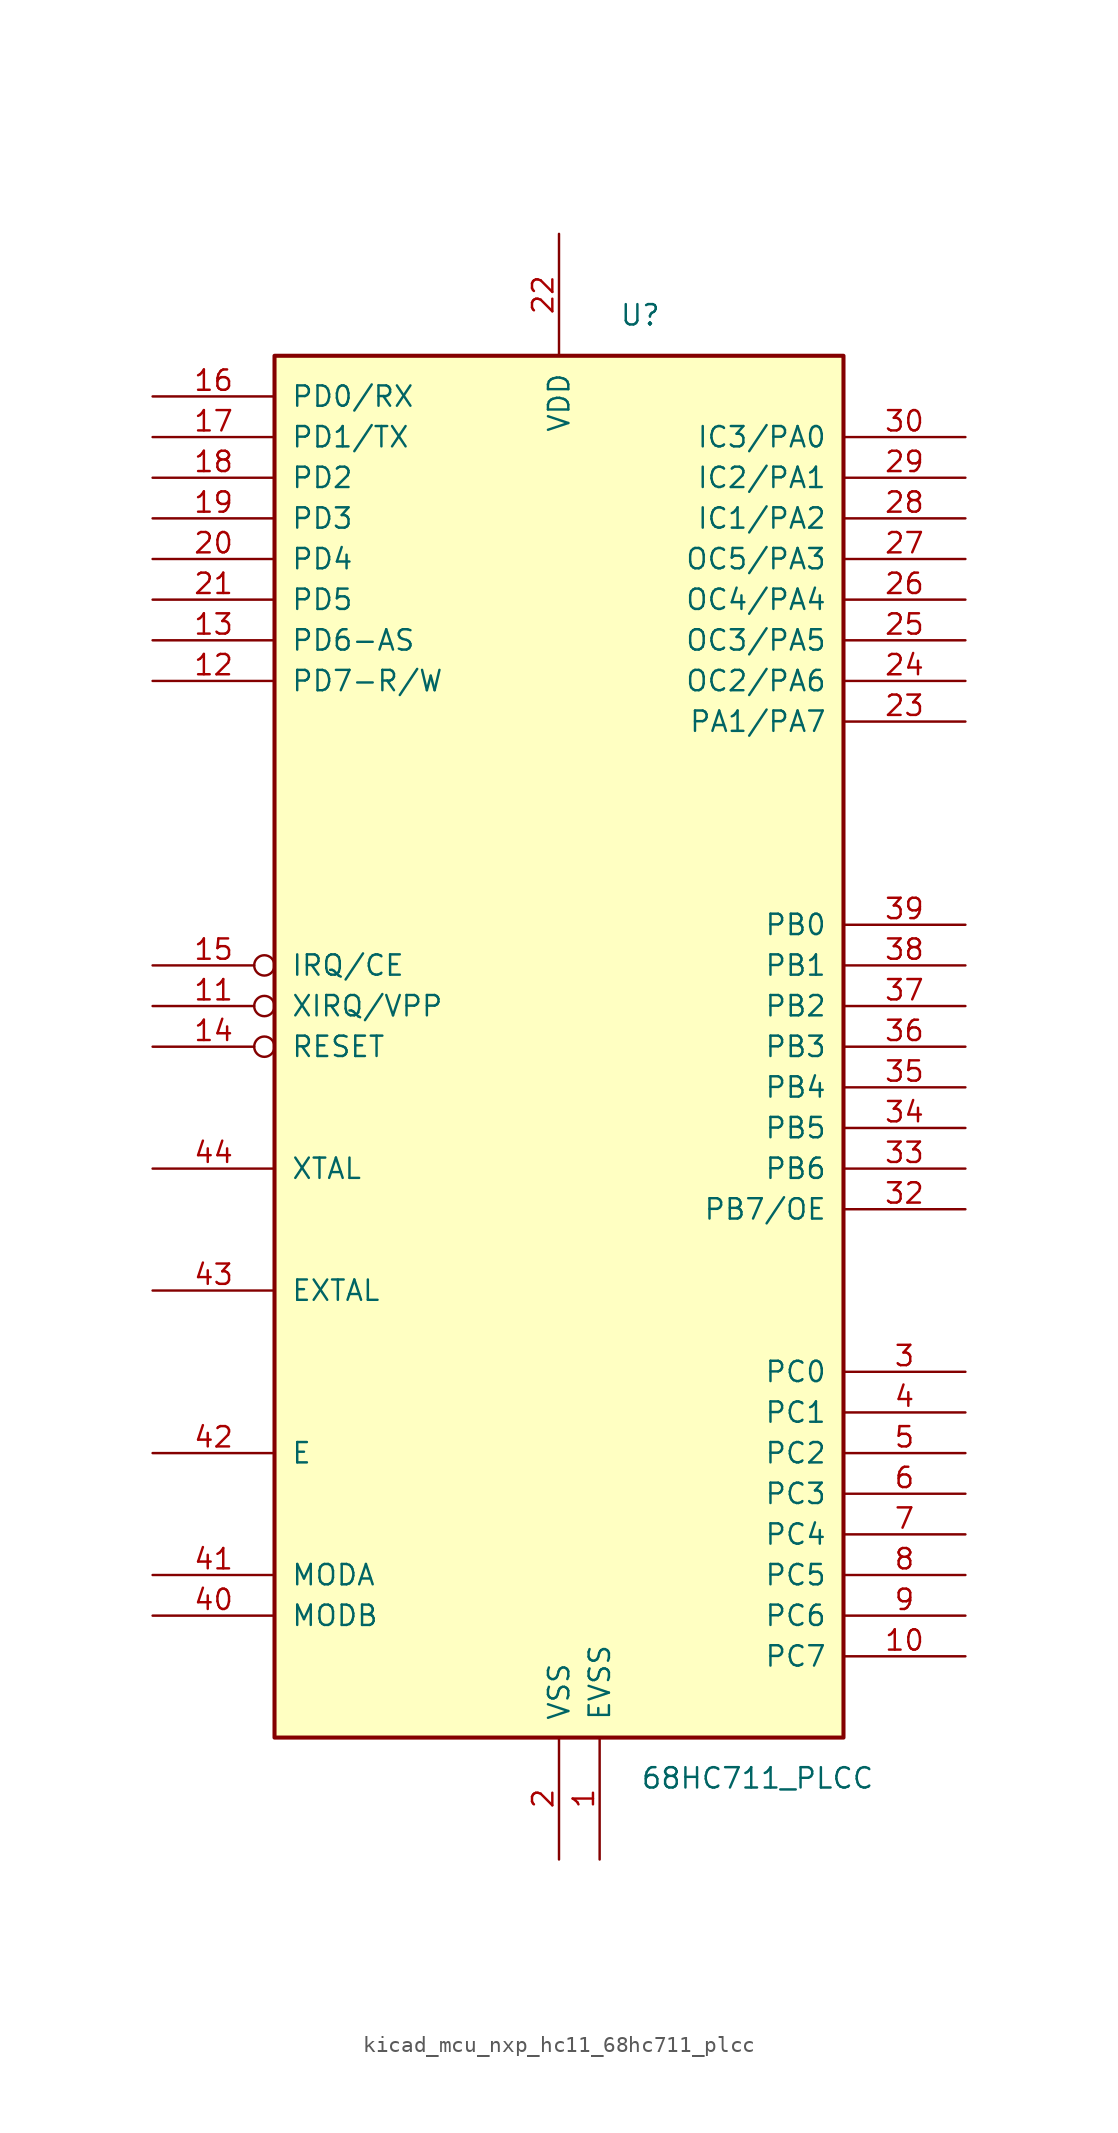
<source format=kicad_sym>
(kicad_symbol_lib
  (version 20220914)
  (generator kicad_symbol_editor)
  (symbol "kicad_mcu_nxp_hc11_68hc711_plcc"
    (pin_names
      (offset 1.016))
    (property "Reference" "U"
      (at 5.08 45.72 0)
      (effects (font (size 1.27 1.27))))
    (property "Value" "68HC711_PLCC"
      (at 5.08 -45.72 0)
      (effects (font (size 1.27 1.27)) (justify left)))
    (symbol "kicad_mcu_nxp_hc11_68hc711_plcc_0_1"
      (rectangle (start -17.78 -43.18) (end 17.78 43.18) (stroke (width 0.254) (type default)) (fill (type background))))
    (symbol "kicad_mcu_nxp_hc11_68hc711_plcc_1_1"
      (pin power_in line (at 2.54 -50.8 90) (length 7.62) (name "EVSS" (effects (font (size 1.27 1.27)))) (number "1" (effects (font (size 1.27 1.27)))))
      (pin input line (at 25.4 -38.1 180) (length 7.62) (name "PC7" (effects (font (size 1.27 1.27)))) (number "10" (effects (font (size 1.27 1.27)))))
      (pin input inverted (at -25.4 2.54 0) (length 7.62) (name "XIRQ/VPP" (effects (font (size 1.27 1.27)))) (number "11" (effects (font (size 1.27 1.27)))))
      (pin output line (at -25.4 22.86 0) (length 7.62) (name "PD7-R/W" (effects (font (size 1.27 1.27)))) (number "12" (effects (font (size 1.27 1.27)))))
      (pin input line (at -25.4 25.4 0) (length 7.62) (name "PD6-AS" (effects (font (size 1.27 1.27)))) (number "13" (effects (font (size 1.27 1.27)))))
      (pin input inverted (at -25.4 0 0) (length 7.62) (name "RESET" (effects (font (size 1.27 1.27)))) (number "14" (effects (font (size 1.27 1.27)))))
      (pin input inverted (at -25.4 5.08 0) (length 7.62) (name "IRQ/CE" (effects (font (size 1.27 1.27)))) (number "15" (effects (font (size 1.27 1.27)))))
      (pin input line (at -25.4 40.64 0) (length 7.62) (name "PD0/RX" (effects (font (size 1.27 1.27)))) (number "16" (effects (font (size 1.27 1.27)))))
      (pin input line (at -25.4 38.1 0) (length 7.62) (name "PD1/TX" (effects (font (size 1.27 1.27)))) (number "17" (effects (font (size 1.27 1.27)))))
      (pin input line (at -25.4 35.56 0) (length 7.62) (name "PD2" (effects (font (size 1.27 1.27)))) (number "18" (effects (font (size 1.27 1.27)))))
      (pin input line (at -25.4 33.02 0) (length 7.62) (name "PD3" (effects (font (size 1.27 1.27)))) (number "19" (effects (font (size 1.27 1.27)))))
      (pin power_in line (at 0 -50.8 90) (length 7.62) (name "VSS" (effects (font (size 1.27 1.27)))) (number "2" (effects (font (size 1.27 1.27)))))
      (pin input line (at -25.4 30.48 0) (length 7.62) (name "PD4" (effects (font (size 1.27 1.27)))) (number "20" (effects (font (size 1.27 1.27)))))
      (pin input line (at -25.4 27.94 0) (length 7.62) (name "PD5" (effects (font (size 1.27 1.27)))) (number "21" (effects (font (size 1.27 1.27)))))
      (pin power_in line (at 0 50.8 270) (length 7.62) (name "VDD" (effects (font (size 1.27 1.27)))) (number "22" (effects (font (size 1.27 1.27)))))
      (pin input line (at 25.4 20.32 180) (length 7.62) (name "PA1/PA7" (effects (font (size 1.27 1.27)))) (number "23" (effects (font (size 1.27 1.27)))))
      (pin output line (at 25.4 22.86 180) (length 7.62) (name "OC2/PA6" (effects (font (size 1.27 1.27)))) (number "24" (effects (font (size 1.27 1.27)))))
      (pin output line (at 25.4 25.4 180) (length 7.62) (name "OC3/PA5" (effects (font (size 1.27 1.27)))) (number "25" (effects (font (size 1.27 1.27)))))
      (pin output line (at 25.4 27.94 180) (length 7.62) (name "OC4/PA4" (effects (font (size 1.27 1.27)))) (number "26" (effects (font (size 1.27 1.27)))))
      (pin output line (at 25.4 30.48 180) (length 7.62) (name "OC5/PA3" (effects (font (size 1.27 1.27)))) (number "27" (effects (font (size 1.27 1.27)))))
      (pin input line (at 25.4 33.02 180) (length 7.62) (name "IC1/PA2" (effects (font (size 1.27 1.27)))) (number "28" (effects (font (size 1.27 1.27)))))
      (pin input line (at 25.4 35.56 180) (length 7.62) (name "IC2/PA1" (effects (font (size 1.27 1.27)))) (number "29" (effects (font (size 1.27 1.27)))))
      (pin input line (at 25.4 -20.32 180) (length 7.62) (name "PC0" (effects (font (size 1.27 1.27)))) (number "3" (effects (font (size 1.27 1.27)))))
      (pin input line (at 25.4 38.1 180) (length 7.62) (name "IC3/PA0" (effects (font (size 1.27 1.27)))) (number "30" (effects (font (size 1.27 1.27)))))
      (pin output line (at 25.4 -10.16 180) (length 7.62) (name "PB7/OE" (effects (font (size 1.27 1.27)))) (number "32" (effects (font (size 1.27 1.27)))))
      (pin output line (at 25.4 -7.62 180) (length 7.62) (name "PB6" (effects (font (size 1.27 1.27)))) (number "33" (effects (font (size 1.27 1.27)))))
      (pin output line (at 25.4 -5.08 180) (length 7.62) (name "PB5" (effects (font (size 1.27 1.27)))) (number "34" (effects (font (size 1.27 1.27)))))
      (pin output line (at 25.4 -2.54 180) (length 7.62) (name "PB4" (effects (font (size 1.27 1.27)))) (number "35" (effects (font (size 1.27 1.27)))))
      (pin output line (at 25.4 0 180) (length 7.62) (name "PB3" (effects (font (size 1.27 1.27)))) (number "36" (effects (font (size 1.27 1.27)))))
      (pin output line (at 25.4 2.54 180) (length 7.62) (name "PB2" (effects (font (size 1.27 1.27)))) (number "37" (effects (font (size 1.27 1.27)))))
      (pin output line (at 25.4 5.08 180) (length 7.62) (name "PB1" (effects (font (size 1.27 1.27)))) (number "38" (effects (font (size 1.27 1.27)))))
      (pin output line (at 25.4 7.62 180) (length 7.62) (name "PB0" (effects (font (size 1.27 1.27)))) (number "39" (effects (font (size 1.27 1.27)))))
      (pin input line (at 25.4 -22.86 180) (length 7.62) (name "PC1" (effects (font (size 1.27 1.27)))) (number "4" (effects (font (size 1.27 1.27)))))
      (pin input line (at -25.4 -35.56 0) (length 7.62) (name "MODB" (effects (font (size 1.27 1.27)))) (number "40" (effects (font (size 1.27 1.27)))))
      (pin input line (at -25.4 -33.02 0) (length 7.62) (name "MODA" (effects (font (size 1.27 1.27)))) (number "41" (effects (font (size 1.27 1.27)))))
      (pin output line (at -25.4 -25.4 0) (length 7.62) (name "E" (effects (font (size 1.27 1.27)))) (number "42" (effects (font (size 1.27 1.27)))))
      (pin input line (at -25.4 -15.24 0) (length 7.62) (name "EXTAL" (effects (font (size 1.27 1.27)))) (number "43" (effects (font (size 1.27 1.27)))))
      (pin output line (at -25.4 -7.62 0) (length 7.62) (name "XTAL" (effects (font (size 1.27 1.27)))) (number "44" (effects (font (size 1.27 1.27)))))
      (pin input line (at 25.4 -25.4 180) (length 7.62) (name "PC2" (effects (font (size 1.27 1.27)))) (number "5" (effects (font (size 1.27 1.27)))))
      (pin input line (at 25.4 -27.94 180) (length 7.62) (name "PC3" (effects (font (size 1.27 1.27)))) (number "6" (effects (font (size 1.27 1.27)))))
      (pin input line (at 25.4 -30.48 180) (length 7.62) (name "PC4" (effects (font (size 1.27 1.27)))) (number "7" (effects (font (size 1.27 1.27)))))
      (pin input line (at 25.4 -33.02 180) (length 7.62) (name "PC5" (effects (font (size 1.27 1.27)))) (number "8" (effects (font (size 1.27 1.27)))))
      (pin input line (at 25.4 -35.56 180) (length 7.62) (name "PC6" (effects (font (size 1.27 1.27)))) (number "9" (effects (font (size 1.27 1.27))))))))
</source>
